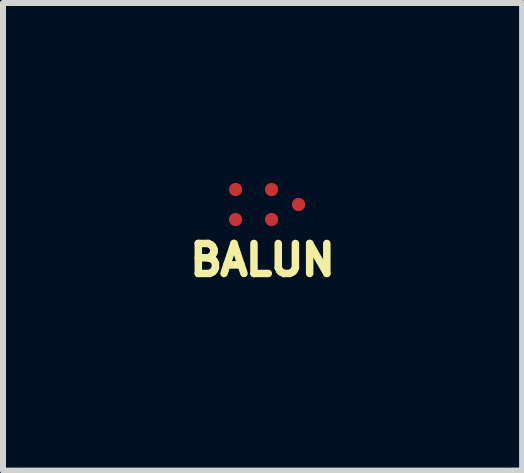
<source format=kicad_pcb>
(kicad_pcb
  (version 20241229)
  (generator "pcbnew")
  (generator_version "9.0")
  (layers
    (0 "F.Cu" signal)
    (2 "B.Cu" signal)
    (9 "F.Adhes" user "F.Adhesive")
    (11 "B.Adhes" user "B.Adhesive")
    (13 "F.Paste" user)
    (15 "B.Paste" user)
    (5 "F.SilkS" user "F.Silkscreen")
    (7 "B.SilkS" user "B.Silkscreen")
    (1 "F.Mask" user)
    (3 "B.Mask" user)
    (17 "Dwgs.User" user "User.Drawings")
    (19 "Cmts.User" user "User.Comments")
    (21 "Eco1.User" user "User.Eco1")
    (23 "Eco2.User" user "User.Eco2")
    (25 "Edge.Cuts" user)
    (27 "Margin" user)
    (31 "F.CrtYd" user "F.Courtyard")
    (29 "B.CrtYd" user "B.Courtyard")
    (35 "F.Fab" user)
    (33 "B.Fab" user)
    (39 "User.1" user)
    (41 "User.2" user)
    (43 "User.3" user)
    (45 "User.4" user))
  (footprint "BALUN"
    (layer "F.Cu")
    (at 0.978 0.36)
    (property "Reference" "BALUN" (at 0.35 0.925 0) (layer "F.SilkS") (effects (font (size 0.5 0.5) (thickness 0.125))))
    (attr through_hole)
    (pad "1" smd circle (at -0.1 -0.25) (size 0.22 0.22) (layers "F.Cu" "F.Mask" "F.Paste"))
    (pad "2" smd circle (at -0.1 0.25) (size 0.22 0.22) (layers "F.Cu" "F.Mask" "F.Paste"))
    (pad "3" smd circle (at 0.5 0.25) (size 0.22 0.22) (layers "F.Cu" "F.Mask" "F.Paste"))
    (pad "4" smd circle (at 0.5 -0.25) (size 0.22 0.22) (layers "F.Cu" "F.Mask" "F.Paste"))
    (pad "5" smd circle (at 0.95 0) (size 0.22 0.22) (layers "F.Cu" "F.Mask" "F.Paste")))
  (gr_rect
    (start -3 -3)
    (end 5.656 4.797)
    (stroke (width 0.1) (type default))
    (fill no)
    (layer "Edge.Cuts")))
</source>
